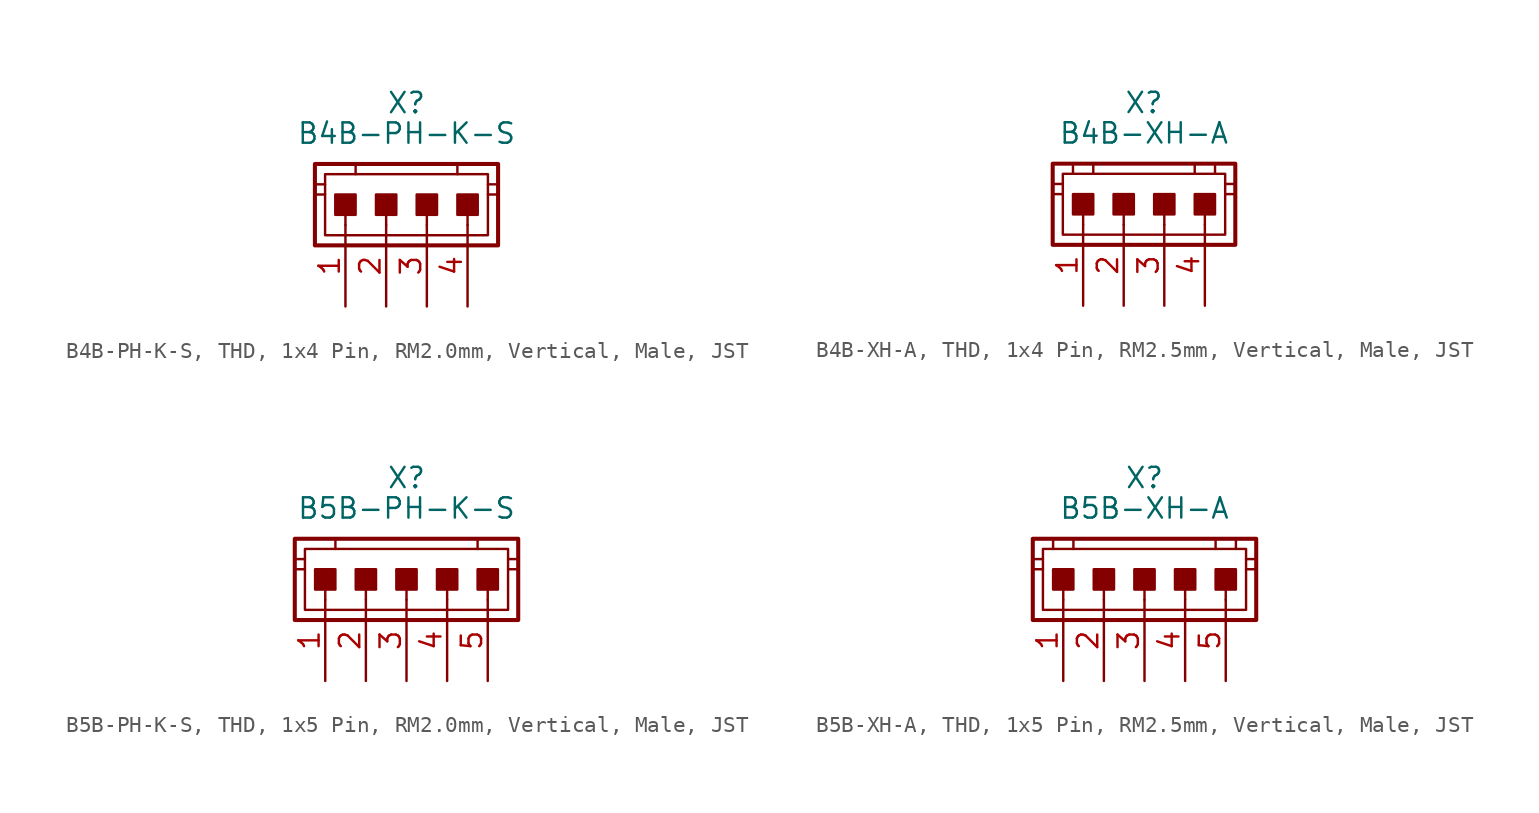
<source format=kicad_sym>
(kicad_symbol_lib
  (version 20241209)
  (generator "kicad_symbol_editor")
  (generator_version "9.0")
  (symbol "B4B-PH-K-S, THD, 1x4 Pin, RM2.0mm, Vertical, Male, JST"
    (pin_names
      (offset 1.016)
      (hide yes))
    (property "Reference" "X"
      (at 1.27 7.62 0)
      (effects (font (size 1.27 1.27))))
    (property "Value" "B4B-PH-K-S"
      (at 1.27 5.715 0)
      (effects (font (size 1.27 1.27))))
    (property "Z-SYSCODE" ""
      (at 0.635 1.27 90)
      (effects (font (size 1.27 1.27))))
    (property "Label" ""
      (at 0 0 0)
      (effects (font (size 1.27 1.27) (thickness 0.254) (bold yes))))
    (symbol "B4B-PH-K-S, THD, 1x4 Pin, RM2.0mm, Vertical, Male, JST_0_1"
      (polyline (pts (xy -3.81 2.54) (xy -4.445 2.54)) (stroke (width 0.152) (type default)) (fill (type none)))
      (polyline (pts (xy -3.81 1.905) (xy -4.445 1.905)) (stroke (width 0.152) (type default)) (fill (type none)))
      (polyline (pts (xy -1.905 3.81) (xy -1.905 3.175)) (stroke (width 0.152) (type default)) (fill (type none)))
      (polyline (pts (xy 4.445 3.81) (xy 4.445 3.175)) (stroke (width 0.152) (type default)) (fill (type none)))
      (polyline (pts (xy 6.35 2.54) (xy 6.985 2.54)) (stroke (width 0.152) (type default)) (fill (type none)))
      (polyline (pts (xy 6.35 1.905) (xy 6.985 1.905)) (stroke (width 0.152) (type default)) (fill (type none))))
    (symbol "B4B-PH-K-S, THD, 1x4 Pin, RM2.0mm, Vertical, Male, JST_1_0"
      (polyline (pts (xy -2.54 0) (xy -2.54 1.27)) (stroke (width 0.152) (type default)) (fill (type none)))
      (polyline (pts (xy 0 0) (xy 0 1.27)) (stroke (width 0.152) (type default)) (fill (type none)))
      (polyline (pts (xy 2.54 0) (xy 2.54 1.27)) (stroke (width 0.152) (type default)) (fill (type none)))
      (polyline (pts (xy 5.08 0) (xy 5.08 1.27)) (stroke (width 0.152) (type default)) (fill (type none))))
    (symbol "B4B-PH-K-S, THD, 1x4 Pin, RM2.0mm, Vertical, Male, JST_1_1"
      (rectangle (start -4.445 3.81) (end 6.985 -1.27) (stroke (width 0.254) (type default)) (fill (type none)))
      (rectangle (start -3.81 3.175) (end 6.35 -0.635) (stroke (width 0.152) (type default)) (fill (type none)))
      (rectangle (start -1.905 0.635) (end -3.175 1.905) (stroke (width 0.152) (type default)) (fill (type outline)))
      (rectangle (start 0.635 0.635) (end -0.635 1.905) (stroke (width 0.152) (type default)) (fill (type outline)))
      (rectangle (start 3.175 0.635) (end 1.905 1.905) (stroke (width 0.152) (type default)) (fill (type outline)))
      (rectangle (start 5.715 0.635) (end 4.445 1.905) (stroke (width 0.152) (type default)) (fill (type outline)))
      (pin passive line (at -2.54 -5.08 90) (length 5.08) (name "1" (effects (font (size 1.27 1.27)))) (number "1" (effects (font (size 1.27 1.27)))))
      (pin passive line (at 0 -5.08 90) (length 5.08) (name "2" (effects (font (size 1.27 1.27)))) (number "2" (effects (font (size 1.27 1.27)))))
      (pin passive line (at 2.54 -5.08 90) (length 5.08) (name "3" (effects (font (size 1.27 1.27)))) (number "3" (effects (font (size 1.27 1.27)))))
      (pin passive line (at 5.08 -5.08 90) (length 5.08) (name "4" (effects (font (size 1.27 1.27)))) (number "4" (effects (font (size 1.27 1.27)))))))
  (symbol "B4B-XH-A, THD, 1x4 Pin, RM2.5mm, Vertical, Male, JST"
    (pin_names
      (offset 1.016)
      (hide yes))
    (property "Reference" "X"
      (at 1.27 7.62 0)
      (effects (font (size 1.27 1.27))))
    (property "Value" "B4B-XH-A"
      (at 1.27 5.715 0)
      (effects (font (size 1.27 1.27))))
    (property "Z-SYSCODE" ""
      (at 0.635 1.27 90)
      (effects (font (size 1.27 1.27))))
    (property "Label" ""
      (at 0 0 0)
      (effects (font (size 1.27 1.27) (thickness 0.254) (bold yes))))
    (symbol "B4B-XH-A, THD, 1x4 Pin, RM2.5mm, Vertical, Male, JST_0_1"
      (polyline (pts (xy -3.81 2.54) (xy -4.445 2.54)) (stroke (width 0.152) (type default)) (fill (type none)))
      (polyline (pts (xy -3.81 1.905) (xy -4.445 1.905)) (stroke (width 0.152) (type default)) (fill (type none)))
      (polyline (pts (xy -3.175 3.81) (xy -3.175 3.175)) (stroke (width 0.152) (type default)) (fill (type none)))
      (polyline (pts (xy -1.905 3.81) (xy -1.905 3.175)) (stroke (width 0.152) (type default)) (fill (type none)))
      (polyline (pts (xy 4.445 3.81) (xy 4.445 3.175)) (stroke (width 0.152) (type default)) (fill (type none)))
      (polyline (pts (xy 5.715 3.81) (xy 5.715 3.175)) (stroke (width 0.152) (type default)) (fill (type none)))
      (polyline (pts (xy 6.35 2.54) (xy 6.985 2.54)) (stroke (width 0.152) (type default)) (fill (type none)))
      (polyline (pts (xy 6.35 1.905) (xy 6.985 1.905)) (stroke (width 0.152) (type default)) (fill (type none))))
    (symbol "B4B-XH-A, THD, 1x4 Pin, RM2.5mm, Vertical, Male, JST_1_0"
      (polyline (pts (xy -2.54 0) (xy -2.54 1.27)) (stroke (width 0.152) (type default)) (fill (type none)))
      (polyline (pts (xy 0 0) (xy 0 1.27)) (stroke (width 0.152) (type default)) (fill (type none)))
      (polyline (pts (xy 2.54 0) (xy 2.54 1.27)) (stroke (width 0.152) (type default)) (fill (type none)))
      (polyline (pts (xy 5.08 0) (xy 5.08 1.27)) (stroke (width 0.152) (type default)) (fill (type none))))
    (symbol "B4B-XH-A, THD, 1x4 Pin, RM2.5mm, Vertical, Male, JST_1_1"
      (rectangle (start -4.445 3.81) (end 6.985 -1.27) (stroke (width 0.254) (type default)) (fill (type none)))
      (rectangle (start -3.81 3.175) (end 6.35 -0.635) (stroke (width 0.152) (type default)) (fill (type none)))
      (rectangle (start -1.905 0.635) (end -3.175 1.905) (stroke (width 0.152) (type default)) (fill (type outline)))
      (rectangle (start 0.635 0.635) (end -0.635 1.905) (stroke (width 0.152) (type default)) (fill (type outline)))
      (rectangle (start 3.175 0.635) (end 1.905 1.905) (stroke (width 0.152) (type default)) (fill (type outline)))
      (rectangle (start 5.715 0.635) (end 4.445 1.905) (stroke (width 0.152) (type default)) (fill (type outline)))
      (pin passive line (at -2.54 -5.08 90) (length 5.08) (name "1" (effects (font (size 1.27 1.27)))) (number "1" (effects (font (size 1.27 1.27)))))
      (pin passive line (at 0 -5.08 90) (length 5.08) (name "2" (effects (font (size 1.27 1.27)))) (number "2" (effects (font (size 1.27 1.27)))))
      (pin passive line (at 2.54 -5.08 90) (length 5.08) (name "3" (effects (font (size 1.27 1.27)))) (number "3" (effects (font (size 1.27 1.27)))))
      (pin passive line (at 5.08 -5.08 90) (length 5.08) (name "4" (effects (font (size 1.27 1.27)))) (number "4" (effects (font (size 1.27 1.27)))))))
  (symbol "B5B-PH-K-S, THD, 1x5 Pin, RM2.0mm, Vertical, Male, JST"
    (pin_names
      (offset 1.016)
      (hide yes))
    (property "Reference" "X"
      (at 0 7.62 0)
      (effects (font (size 1.27 1.27))))
    (property "Value" "B5B-PH-K-S"
      (at 0 5.715 0)
      (effects (font (size 1.27 1.27))))
    (property "Z-SYSCODE" ""
      (at -0.635 1.27 90)
      (effects (font (size 1.27 1.27))))
    (property "Label" ""
      (at 0 0 0)
      (effects (font (size 1.27 1.27) (thickness 0.254) (bold yes))))
    (symbol "B5B-PH-K-S, THD, 1x5 Pin, RM2.0mm, Vertical, Male, JST_0_1"
      (polyline (pts (xy -6.35 2.54) (xy -6.985 2.54)) (stroke (width 0.152) (type default)) (fill (type none)))
      (polyline (pts (xy -6.35 1.905) (xy -6.985 1.905)) (stroke (width 0.152) (type default)) (fill (type none)))
      (polyline (pts (xy -4.445 3.81) (xy -4.445 3.175)) (stroke (width 0.152) (type default)) (fill (type none)))
      (polyline (pts (xy 4.445 3.81) (xy 4.445 3.175)) (stroke (width 0.152) (type default)) (fill (type none)))
      (polyline (pts (xy 6.35 2.54) (xy 6.985 2.54)) (stroke (width 0.152) (type default)) (fill (type none)))
      (polyline (pts (xy 6.35 1.905) (xy 6.985 1.905)) (stroke (width 0.152) (type default)) (fill (type none))))
    (symbol "B5B-PH-K-S, THD, 1x5 Pin, RM2.0mm, Vertical, Male, JST_1_0"
      (polyline (pts (xy -5.08 0) (xy -5.08 1.27)) (stroke (width 0.152) (type default)) (fill (type none)))
      (polyline (pts (xy -2.54 0) (xy -2.54 1.27)) (stroke (width 0.152) (type default)) (fill (type none)))
      (polyline (pts (xy 0 0) (xy 0 1.27)) (stroke (width 0.152) (type default)) (fill (type none)))
      (polyline (pts (xy 2.54 0) (xy 2.54 1.27)) (stroke (width 0.152) (type default)) (fill (type none)))
      (polyline (pts (xy 5.08 0) (xy 5.08 1.27)) (stroke (width 0.152) (type default)) (fill (type none))))
    (symbol "B5B-PH-K-S, THD, 1x5 Pin, RM2.0mm, Vertical, Male, JST_1_1"
      (rectangle (start -6.985 3.81) (end 6.985 -1.27) (stroke (width 0.254) (type default)) (fill (type none)))
      (rectangle (start -6.35 3.175) (end 6.35 -0.635) (stroke (width 0.152) (type default)) (fill (type none)))
      (rectangle (start -4.445 0.635) (end -5.715 1.905) (stroke (width 0.152) (type default)) (fill (type outline)))
      (rectangle (start -1.905 0.635) (end -3.175 1.905) (stroke (width 0.152) (type default)) (fill (type outline)))
      (rectangle (start 0.635 0.635) (end -0.635 1.905) (stroke (width 0.152) (type default)) (fill (type outline)))
      (rectangle (start 3.175 0.635) (end 1.905 1.905) (stroke (width 0.152) (type default)) (fill (type outline)))
      (rectangle (start 5.715 0.635) (end 4.445 1.905) (stroke (width 0.152) (type default)) (fill (type outline)))
      (pin passive line (at -5.08 -5.08 90) (length 5.08) (name "1" (effects (font (size 1.27 1.27)))) (number "1" (effects (font (size 1.27 1.27)))))
      (pin passive line (at -2.54 -5.08 90) (length 5.08) (name "2" (effects (font (size 1.27 1.27)))) (number "2" (effects (font (size 1.27 1.27)))))
      (pin passive line (at 0 -5.08 90) (length 5.08) (name "3" (effects (font (size 1.27 1.27)))) (number "3" (effects (font (size 1.27 1.27)))))
      (pin passive line (at 2.54 -5.08 90) (length 5.08) (name "4" (effects (font (size 1.27 1.27)))) (number "4" (effects (font (size 1.27 1.27)))))
      (pin passive line (at 5.08 -5.08 90) (length 5.08) (name "5" (effects (font (size 1.27 1.27)))) (number "5" (effects (font (size 1.27 1.27)))))))
  (symbol "B5B-XH-A, THD, 1x5 Pin, RM2.5mm, Vertical, Male, JST"
    (pin_names
      (offset 1.016)
      (hide yes))
    (property "Reference" "X"
      (at 0 7.62 0)
      (effects (font (size 1.27 1.27))))
    (property "Value" "B5B-XH-A"
      (at 0 5.715 0)
      (effects (font (size 1.27 1.27))))
    (property "Z-SYSCODE" ""
      (at -0.635 1.27 90)
      (effects (font (size 1.27 1.27))))
    (property "Label" ""
      (at 0 0 0)
      (effects (font (size 1.27 1.27) (thickness 0.254) (bold yes))))
    (symbol "B5B-XH-A, THD, 1x5 Pin, RM2.5mm, Vertical, Male, JST_0_1"
      (polyline (pts (xy -6.35 2.54) (xy -6.985 2.54)) (stroke (width 0.152) (type default)) (fill (type none)))
      (polyline (pts (xy -6.35 1.905) (xy -6.985 1.905)) (stroke (width 0.152) (type default)) (fill (type none)))
      (polyline (pts (xy -5.715 3.81) (xy -5.715 3.175)) (stroke (width 0.152) (type default)) (fill (type none)))
      (polyline (pts (xy -4.445 3.81) (xy -4.445 3.175)) (stroke (width 0.152) (type default)) (fill (type none)))
      (polyline (pts (xy 4.445 3.81) (xy 4.445 3.175)) (stroke (width 0.152) (type default)) (fill (type none)))
      (polyline (pts (xy 5.715 3.81) (xy 5.715 3.175)) (stroke (width 0.152) (type default)) (fill (type none)))
      (polyline (pts (xy 6.35 2.54) (xy 6.985 2.54)) (stroke (width 0.152) (type default)) (fill (type none)))
      (polyline (pts (xy 6.35 1.905) (xy 6.985 1.905)) (stroke (width 0.152) (type default)) (fill (type none))))
    (symbol "B5B-XH-A, THD, 1x5 Pin, RM2.5mm, Vertical, Male, JST_1_0"
      (polyline (pts (xy -5.08 0) (xy -5.08 1.27)) (stroke (width 0.152) (type default)) (fill (type none)))
      (polyline (pts (xy -2.54 0) (xy -2.54 1.27)) (stroke (width 0.152) (type default)) (fill (type none)))
      (polyline (pts (xy 0 0) (xy 0 1.27)) (stroke (width 0.152) (type default)) (fill (type none)))
      (polyline (pts (xy 2.54 0) (xy 2.54 1.27)) (stroke (width 0.152) (type default)) (fill (type none)))
      (polyline (pts (xy 5.08 0) (xy 5.08 1.27)) (stroke (width 0.152) (type default)) (fill (type none))))
    (symbol "B5B-XH-A, THD, 1x5 Pin, RM2.5mm, Vertical, Male, JST_1_1"
      (rectangle (start -6.985 3.81) (end 6.985 -1.27) (stroke (width 0.254) (type default)) (fill (type none)))
      (rectangle (start -6.35 3.175) (end 6.35 -0.635) (stroke (width 0.152) (type default)) (fill (type none)))
      (rectangle (start -4.445 0.635) (end -5.715 1.905) (stroke (width 0.152) (type default)) (fill (type outline)))
      (rectangle (start -1.905 0.635) (end -3.175 1.905) (stroke (width 0.152) (type default)) (fill (type outline)))
      (rectangle (start 0.635 0.635) (end -0.635 1.905) (stroke (width 0.152) (type default)) (fill (type outline)))
      (rectangle (start 3.175 0.635) (end 1.905 1.905) (stroke (width 0.152) (type default)) (fill (type outline)))
      (rectangle (start 5.715 0.635) (end 4.445 1.905) (stroke (width 0.152) (type default)) (fill (type outline)))
      (pin passive line (at -5.08 -5.08 90) (length 5.08) (name "1" (effects (font (size 1.27 1.27)))) (number "1" (effects (font (size 1.27 1.27)))))
      (pin passive line (at -2.54 -5.08 90) (length 5.08) (name "2" (effects (font (size 1.27 1.27)))) (number "2" (effects (font (size 1.27 1.27)))))
      (pin passive line (at 0 -5.08 90) (length 5.08) (name "3" (effects (font (size 1.27 1.27)))) (number "3" (effects (font (size 1.27 1.27)))))
      (pin passive line (at 2.54 -5.08 90) (length 5.08) (name "4" (effects (font (size 1.27 1.27)))) (number "4" (effects (font (size 1.27 1.27)))))
      (pin passive line (at 5.08 -5.08 90) (length 5.08) (name "5" (effects (font (size 1.27 1.27)))) (number "5" (effects (font (size 1.27 1.27))))))))
</source>
